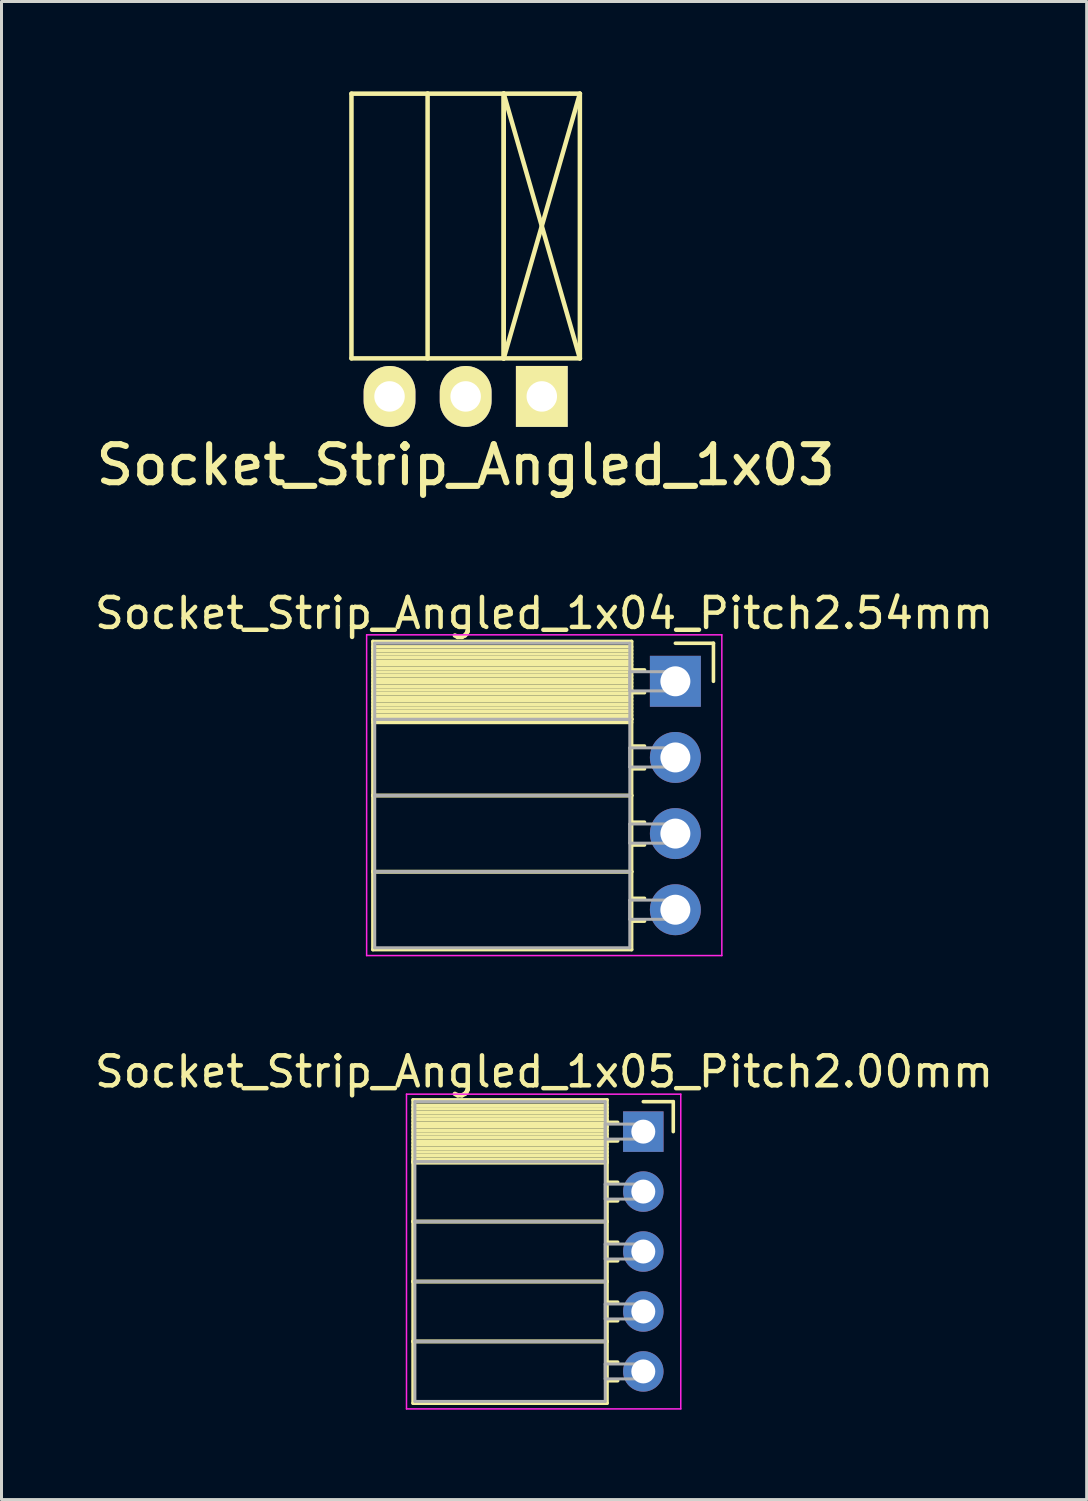
<source format=kicad_pcb>
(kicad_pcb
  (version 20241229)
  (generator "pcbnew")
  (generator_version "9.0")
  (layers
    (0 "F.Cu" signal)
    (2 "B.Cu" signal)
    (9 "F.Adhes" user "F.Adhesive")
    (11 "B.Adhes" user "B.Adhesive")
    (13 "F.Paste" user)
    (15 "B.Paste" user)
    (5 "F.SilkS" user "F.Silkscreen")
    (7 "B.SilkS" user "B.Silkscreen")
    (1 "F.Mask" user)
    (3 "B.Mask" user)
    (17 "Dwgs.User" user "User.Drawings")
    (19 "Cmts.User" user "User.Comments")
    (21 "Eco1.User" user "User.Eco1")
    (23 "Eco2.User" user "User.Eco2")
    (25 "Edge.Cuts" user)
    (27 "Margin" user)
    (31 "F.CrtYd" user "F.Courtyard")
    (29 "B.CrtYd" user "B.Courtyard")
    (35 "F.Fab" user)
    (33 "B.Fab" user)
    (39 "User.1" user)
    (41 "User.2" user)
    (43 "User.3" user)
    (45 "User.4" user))
  (footprint "Socket_Strip_Angled_1x05_Pitch2.00mm"
    (layer "F.Cu")
    (at 18.411 34.702)
    (property "Reference" "Socket_Strip_Angled_1x05_Pitch2.00mm" (at -3.31 -2 0) (layer "F.SilkS") (effects (font (size 1 1) (thickness 0.15))))
    (attr through_hole)
    (fp_line (start -7.68 -1.06) (end -1.21 -1.06) (stroke (width 0.12) (type solid)) (layer "F.SilkS"))
    (fp_line (start -7.68 1) (end -7.68 -1.06) (stroke (width 0.12) (type solid)) (layer "F.SilkS"))
    (fp_line (start -7.68 1) (end -1.21 1) (stroke (width 0.12) (type solid)) (layer "F.SilkS"))
    (fp_line (start -7.68 3) (end -7.68 1) (stroke (width 0.12) (type solid)) (layer "F.SilkS"))
    (fp_line (start -7.68 3) (end -1.21 3) (stroke (width 0.12) (type solid)) (layer "F.SilkS"))
    (fp_line (start -7.68 5) (end -7.68 3) (stroke (width 0.12) (type solid)) (layer "F.SilkS"))
    (fp_line (start -7.68 5) (end -1.21 5) (stroke (width 0.12) (type solid)) (layer "F.SilkS"))
    (fp_line (start -7.68 7) (end -7.68 5) (stroke (width 0.12) (type solid)) (layer "F.SilkS"))
    (fp_line (start -7.68 7) (end -1.21 7) (stroke (width 0.12) (type solid)) (layer "F.SilkS"))
    (fp_line (start -7.68 9.06) (end -7.68 7) (stroke (width 0.12) (type solid)) (layer "F.SilkS"))
    (fp_line (start -1.21 -1.06) (end -1.21 1) (stroke (width 0.12) (type solid)) (layer "F.SilkS"))
    (fp_line (start -1.21 -0.88) (end -7.68 -0.88) (stroke (width 0.12) (type solid)) (layer "F.SilkS"))
    (fp_line (start -1.21 -0.76) (end -7.68 -0.76) (stroke (width 0.12) (type solid)) (layer "F.SilkS"))
    (fp_line (start -1.21 -0.64) (end -7.68 -0.64) (stroke (width 0.12) (type solid)) (layer "F.SilkS"))
    (fp_line (start -1.21 -0.52) (end -7.68 -0.52) (stroke (width 0.12) (type solid)) (layer "F.SilkS"))
    (fp_line (start -1.21 -0.4) (end -7.68 -0.4) (stroke (width 0.12) (type solid)) (layer "F.SilkS"))
    (fp_line (start -1.21 -0.28) (end -7.68 -0.28) (stroke (width 0.12) (type solid)) (layer "F.SilkS"))
    (fp_line (start -1.21 -0.16) (end -7.68 -0.16) (stroke (width 0.12) (type solid)) (layer "F.SilkS"))
    (fp_line (start -1.21 -0.04) (end -7.68 -0.04) (stroke (width 0.12) (type solid)) (layer "F.SilkS"))
    (fp_line (start -1.21 0.08) (end -7.68 0.08) (stroke (width 0.12) (type solid)) (layer "F.SilkS"))
    (fp_line (start -1.21 0.2) (end -7.68 0.2) (stroke (width 0.12) (type solid)) (layer "F.SilkS"))
    (fp_line (start -1.21 0.32) (end -7.68 0.32) (stroke (width 0.12) (type solid)) (layer "F.SilkS"))
    (fp_line (start -1.21 0.44) (end -7.68 0.44) (stroke (width 0.12) (type solid)) (layer "F.SilkS"))
    (fp_line (start -1.21 0.56) (end -7.68 0.56) (stroke (width 0.12) (type solid)) (layer "F.SilkS"))
    (fp_line (start -1.21 0.68) (end -7.68 0.68) (stroke (width 0.12) (type solid)) (layer "F.SilkS"))
    (fp_line (start -1.21 0.8) (end -7.68 0.8) (stroke (width 0.12) (type solid)) (layer "F.SilkS"))
    (fp_line (start -1.21 0.92) (end -7.68 0.92) (stroke (width 0.12) (type solid)) (layer "F.SilkS"))
    (fp_line (start -1.21 1) (end -7.68 1) (stroke (width 0.12) (type solid)) (layer "F.SilkS"))
    (fp_line (start -1.21 1) (end -1.21 3) (stroke (width 0.12) (type solid)) (layer "F.SilkS"))
    (fp_line (start -1.21 1.04) (end -7.68 1.04) (stroke (width 0.12) (type solid)) (layer "F.SilkS"))
    (fp_line (start -1.21 3) (end -7.68 3) (stroke (width 0.12) (type solid)) (layer "F.SilkS"))
    (fp_line (start -1.21 3) (end -1.21 5) (stroke (width 0.12) (type solid)) (layer "F.SilkS"))
    (fp_line (start -1.21 5) (end -7.68 5) (stroke (width 0.12) (type solid)) (layer "F.SilkS"))
    (fp_line (start -1.21 5) (end -1.21 7) (stroke (width 0.12) (type solid)) (layer "F.SilkS"))
    (fp_line (start -1.21 7) (end -7.68 7) (stroke (width 0.12) (type solid)) (layer "F.SilkS"))
    (fp_line (start -1.21 7) (end -1.21 9.06) (stroke (width 0.12) (type solid)) (layer "F.SilkS"))
    (fp_line (start -1.21 9.06) (end -7.68 9.06) (stroke (width 0.12) (type solid)) (layer "F.SilkS"))
    (fp_line (start -0.855 -0.31) (end -1.21 -0.31) (stroke (width 0.12) (type solid)) (layer "F.SilkS"))
    (fp_line (start -0.855 0.31) (end -1.21 0.31) (stroke (width 0.12) (type solid)) (layer "F.SilkS"))
    (fp_line (start -0.855 1.69) (end -1.21 1.69) (stroke (width 0.12) (type solid)) (layer "F.SilkS"))
    (fp_line (start -0.855 2.31) (end -1.21 2.31) (stroke (width 0.12) (type solid)) (layer "F.SilkS"))
    (fp_line (start -0.855 3.69) (end -1.21 3.69) (stroke (width 0.12) (type solid)) (layer "F.SilkS"))
    (fp_line (start -0.855 4.31) (end -1.21 4.31) (stroke (width 0.12) (type solid)) (layer "F.SilkS"))
    (fp_line (start -0.855 5.69) (end -1.21 5.69) (stroke (width 0.12) (type solid)) (layer "F.SilkS"))
    (fp_line (start -0.855 6.31) (end -1.21 6.31) (stroke (width 0.12) (type solid)) (layer "F.SilkS"))
    (fp_line (start -0.855 7.69) (end -1.21 7.69) (stroke (width 0.12) (type solid)) (layer "F.SilkS"))
    (fp_line (start -0.855 8.31) (end -1.21 8.31) (stroke (width 0.12) (type solid)) (layer "F.SilkS"))
    (fp_line (start 0 -1) (end 1 -1) (stroke (width 0.12) (type solid)) (layer "F.SilkS"))
    (fp_line (start 1 -1) (end 1 0) (stroke (width 0.12) (type solid)) (layer "F.SilkS"))
    (fp_line (start -7.9 -1.25) (end 1.25 -1.25) (stroke (width 0.05) (type solid)) (layer "F.CrtYd"))
    (fp_line (start -7.9 9.25) (end -7.9 -1.25) (stroke (width 0.05) (type solid)) (layer "F.CrtYd"))
    (fp_line (start 1.25 -1.25) (end 1.25 9.25) (stroke (width 0.05) (type solid)) (layer "F.CrtYd"))
    (fp_line (start 1.25 9.25) (end -7.9 9.25) (stroke (width 0.05) (type solid)) (layer "F.CrtYd"))
    (fp_line (start -7.62 -1) (end -1.27 -1) (stroke (width 0.1) (type solid)) (layer "F.Fab"))
    (fp_line (start -7.62 1) (end -7.62 -1) (stroke (width 0.1) (type solid)) (layer "F.Fab"))
    (fp_line (start -7.62 1) (end -1.27 1) (stroke (width 0.1) (type solid)) (layer "F.Fab"))
    (fp_line (start -7.62 3) (end -7.62 1) (stroke (width 0.1) (type solid)) (layer "F.Fab"))
    (fp_line (start -7.62 3) (end -1.27 3) (stroke (width 0.1) (type solid)) (layer "F.Fab"))
    (fp_line (start -7.62 5) (end -7.62 3) (stroke (width 0.1) (type solid)) (layer "F.Fab"))
    (fp_line (start -7.62 5) (end -1.27 5) (stroke (width 0.1) (type solid)) (layer "F.Fab"))
    (fp_line (start -7.62 7) (end -7.62 5) (stroke (width 0.1) (type solid)) (layer "F.Fab"))
    (fp_line (start -7.62 7) (end -1.27 7) (stroke (width 0.1) (type solid)) (layer "F.Fab"))
    (fp_line (start -7.62 9) (end -7.62 7) (stroke (width 0.1) (type solid)) (layer "F.Fab"))
    (fp_line (start -1.27 -1) (end -1.27 1) (stroke (width 0.1) (type solid)) (layer "F.Fab"))
    (fp_line (start -1.27 -0.25) (end 0 -0.25) (stroke (width 0.1) (type solid)) (layer "F.Fab"))
    (fp_line (start -1.27 0.25) (end -1.27 -0.25) (stroke (width 0.1) (type solid)) (layer "F.Fab"))
    (fp_line (start -1.27 1) (end -7.62 1) (stroke (width 0.1) (type solid)) (layer "F.Fab"))
    (fp_line (start -1.27 1) (end -1.27 3) (stroke (width 0.1) (type solid)) (layer "F.Fab"))
    (fp_line (start -1.27 1.75) (end 0 1.75) (stroke (width 0.1) (type solid)) (layer "F.Fab"))
    (fp_line (start -1.27 2.25) (end -1.27 1.75) (stroke (width 0.1) (type solid)) (layer "F.Fab"))
    (fp_line (start -1.27 3) (end -7.62 3) (stroke (width 0.1) (type solid)) (layer "F.Fab"))
    (fp_line (start -1.27 3) (end -1.27 5) (stroke (width 0.1) (type solid)) (layer "F.Fab"))
    (fp_line (start -1.27 3.75) (end 0 3.75) (stroke (width 0.1) (type solid)) (layer "F.Fab"))
    (fp_line (start -1.27 4.25) (end -1.27 3.75) (stroke (width 0.1) (type solid)) (layer "F.Fab"))
    (fp_line (start -1.27 5) (end -7.62 5) (stroke (width 0.1) (type solid)) (layer "F.Fab"))
    (fp_line (start -1.27 5) (end -1.27 7) (stroke (width 0.1) (type solid)) (layer "F.Fab"))
    (fp_line (start -1.27 5.75) (end 0 5.75) (stroke (width 0.1) (type solid)) (layer "F.Fab"))
    (fp_line (start -1.27 6.25) (end -1.27 5.75) (stroke (width 0.1) (type solid)) (layer "F.Fab"))
    (fp_line (start -1.27 7) (end -7.62 7) (stroke (width 0.1) (type solid)) (layer "F.Fab"))
    (fp_line (start -1.27 7) (end -1.27 9) (stroke (width 0.1) (type solid)) (layer "F.Fab"))
    (fp_line (start -1.27 7.75) (end 0 7.75) (stroke (width 0.1) (type solid)) (layer "F.Fab"))
    (fp_line (start -1.27 8.25) (end -1.27 7.75) (stroke (width 0.1) (type solid)) (layer "F.Fab"))
    (fp_line (start -1.27 9) (end -7.62 9) (stroke (width 0.1) (type solid)) (layer "F.Fab"))
    (fp_line (start 0 -0.25) (end 0 0.25) (stroke (width 0.1) (type solid)) (layer "F.Fab"))
    (fp_line (start 0 0.25) (end -1.27 0.25) (stroke (width 0.1) (type solid)) (layer "F.Fab"))
    (fp_line (start 0 1.75) (end 0 2.25) (stroke (width 0.1) (type solid)) (layer "F.Fab"))
    (fp_line (start 0 2.25) (end -1.27 2.25) (stroke (width 0.1) (type solid)) (layer "F.Fab"))
    (fp_line (start 0 3.75) (end 0 4.25) (stroke (width 0.1) (type solid)) (layer "F.Fab"))
    (fp_line (start 0 4.25) (end -1.27 4.25) (stroke (width 0.1) (type solid)) (layer "F.Fab"))
    (fp_line (start 0 5.75) (end 0 6.25) (stroke (width 0.1) (type solid)) (layer "F.Fab"))
    (fp_line (start 0 6.25) (end -1.27 6.25) (stroke (width 0.1) (type solid)) (layer "F.Fab"))
    (fp_line (start 0 7.75) (end 0 8.25) (stroke (width 0.1) (type solid)) (layer "F.Fab"))
    (fp_line (start 0 8.25) (end -1.27 8.25) (stroke (width 0.1) (type solid)) (layer "F.Fab"))
    (pad "1" thru_hole rect (at 0 0) (size 1.35 1.35) (drill 0.8) (layers "*.Cu" "*.Mask"))
    (pad "2" thru_hole oval (at 0 2) (size 1.35 1.35) (drill 0.8) (layers "*.Cu" "*.Mask"))
    (pad "3" thru_hole oval (at 0 4) (size 1.35 1.35) (drill 0.8) (layers "*.Cu" "*.Mask"))
    (pad "4" thru_hole oval (at 0 6) (size 1.35 1.35) (drill 0.8) (layers "*.Cu" "*.Mask"))
    (pad "5" thru_hole oval (at 0 8) (size 1.35 1.35) (drill 0.8) (layers "*.Cu" "*.Mask")))
  (footprint "Socket_Strip_Angled_1x04_Pitch2.54mm"
    (layer "F.Cu")
    (at 19.481 19.679)
    (property "Reference" "Socket_Strip_Angled_1x04_Pitch2.54mm" (at -4.38 -2.27 0) (layer "F.SilkS") (effects (font (size 1 1) (thickness 0.15))))
    (attr through_hole)
    (fp_line (start -10.09 -1.33) (end -1.46 -1.33) (stroke (width 0.12) (type solid)) (layer "F.SilkS"))
    (fp_line (start -10.09 1.27) (end -10.09 -1.33) (stroke (width 0.12) (type solid)) (layer "F.SilkS"))
    (fp_line (start -10.09 1.27) (end -1.46 1.27) (stroke (width 0.12) (type solid)) (layer "F.SilkS"))
    (fp_line (start -10.09 3.81) (end -10.09 1.27) (stroke (width 0.12) (type solid)) (layer "F.SilkS"))
    (fp_line (start -10.09 3.81) (end -1.46 3.81) (stroke (width 0.12) (type solid)) (layer "F.SilkS"))
    (fp_line (start -10.09 6.35) (end -10.09 3.81) (stroke (width 0.12) (type solid)) (layer "F.SilkS"))
    (fp_line (start -10.09 6.35) (end -1.46 6.35) (stroke (width 0.12) (type solid)) (layer "F.SilkS"))
    (fp_line (start -10.09 8.95) (end -10.09 6.35) (stroke (width 0.12) (type solid)) (layer "F.SilkS"))
    (fp_line (start -1.46 -1.33) (end -1.46 1.27) (stroke (width 0.12) (type solid)) (layer "F.SilkS"))
    (fp_line (start -1.46 -1.15) (end -10.09 -1.15) (stroke (width 0.12) (type solid)) (layer "F.SilkS"))
    (fp_line (start -1.46 -1.03) (end -10.09 -1.03) (stroke (width 0.12) (type solid)) (layer "F.SilkS"))
    (fp_line (start -1.46 -0.91) (end -10.09 -0.91) (stroke (width 0.12) (type solid)) (layer "F.SilkS"))
    (fp_line (start -1.46 -0.79) (end -10.09 -0.79) (stroke (width 0.12) (type solid)) (layer "F.SilkS"))
    (fp_line (start -1.46 -0.67) (end -10.09 -0.67) (stroke (width 0.12) (type solid)) (layer "F.SilkS"))
    (fp_line (start -1.46 -0.55) (end -10.09 -0.55) (stroke (width 0.12) (type solid)) (layer "F.SilkS"))
    (fp_line (start -1.46 -0.43) (end -10.09 -0.43) (stroke (width 0.12) (type solid)) (layer "F.SilkS"))
    (fp_line (start -1.46 -0.31) (end -10.09 -0.31) (stroke (width 0.12) (type solid)) (layer "F.SilkS"))
    (fp_line (start -1.46 -0.19) (end -10.09 -0.19) (stroke (width 0.12) (type solid)) (layer "F.SilkS"))
    (fp_line (start -1.46 -0.07) (end -10.09 -0.07) (stroke (width 0.12) (type solid)) (layer "F.SilkS"))
    (fp_line (start -1.46 0.05) (end -10.09 0.05) (stroke (width 0.12) (type solid)) (layer "F.SilkS"))
    (fp_line (start -1.46 0.17) (end -10.09 0.17) (stroke (width 0.12) (type solid)) (layer "F.SilkS"))
    (fp_line (start -1.46 0.29) (end -10.09 0.29) (stroke (width 0.12) (type solid)) (layer "F.SilkS"))
    (fp_line (start -1.46 0.41) (end -10.09 0.41) (stroke (width 0.12) (type solid)) (layer "F.SilkS"))
    (fp_line (start -1.46 0.53) (end -10.09 0.53) (stroke (width 0.12) (type solid)) (layer "F.SilkS"))
    (fp_line (start -1.46 0.65) (end -10.09 0.65) (stroke (width 0.12) (type solid)) (layer "F.SilkS"))
    (fp_line (start -1.46 0.77) (end -10.09 0.77) (stroke (width 0.12) (type solid)) (layer "F.SilkS"))
    (fp_line (start -1.46 0.89) (end -10.09 0.89) (stroke (width 0.12) (type solid)) (layer "F.SilkS"))
    (fp_line (start -1.46 1.01) (end -10.09 1.01) (stroke (width 0.12) (type solid)) (layer "F.SilkS"))
    (fp_line (start -1.46 1.13) (end -10.09 1.13) (stroke (width 0.12) (type solid)) (layer "F.SilkS"))
    (fp_line (start -1.46 1.25) (end -10.09 1.25) (stroke (width 0.12) (type solid)) (layer "F.SilkS"))
    (fp_line (start -1.46 1.27) (end -10.09 1.27) (stroke (width 0.12) (type solid)) (layer "F.SilkS"))
    (fp_line (start -1.46 1.27) (end -1.46 3.81) (stroke (width 0.12) (type solid)) (layer "F.SilkS"))
    (fp_line (start -1.46 1.37) (end -10.09 1.37) (stroke (width 0.12) (type solid)) (layer "F.SilkS"))
    (fp_line (start -1.46 3.81) (end -10.09 3.81) (stroke (width 0.12) (type solid)) (layer "F.SilkS"))
    (fp_line (start -1.46 3.81) (end -1.46 6.35) (stroke (width 0.12) (type solid)) (layer "F.SilkS"))
    (fp_line (start -1.46 6.35) (end -10.09 6.35) (stroke (width 0.12) (type solid)) (layer "F.SilkS"))
    (fp_line (start -1.46 6.35) (end -1.46 8.95) (stroke (width 0.12) (type solid)) (layer "F.SilkS"))
    (fp_line (start -1.46 8.95) (end -10.09 8.95) (stroke (width 0.12) (type solid)) (layer "F.SilkS"))
    (fp_line (start -1.03 -0.38) (end -1.46 -0.38) (stroke (width 0.12) (type solid)) (layer "F.SilkS"))
    (fp_line (start -1.03 0.38) (end -1.46 0.38) (stroke (width 0.12) (type solid)) (layer "F.SilkS"))
    (fp_line (start -1.03 2.16) (end -1.46 2.16) (stroke (width 0.12) (type solid)) (layer "F.SilkS"))
    (fp_line (start -1.03 2.92) (end -1.46 2.92) (stroke (width 0.12) (type solid)) (layer "F.SilkS"))
    (fp_line (start -1.03 4.7) (end -1.46 4.7) (stroke (width 0.12) (type solid)) (layer "F.SilkS"))
    (fp_line (start -1.03 5.46) (end -1.46 5.46) (stroke (width 0.12) (type solid)) (layer "F.SilkS"))
    (fp_line (start -1.03 7.24) (end -1.46 7.24) (stroke (width 0.12) (type solid)) (layer "F.SilkS"))
    (fp_line (start -1.03 8) (end -1.46 8) (stroke (width 0.12) (type solid)) (layer "F.SilkS"))
    (fp_line (start 0 -1.27) (end 1.27 -1.27) (stroke (width 0.12) (type solid)) (layer "F.SilkS"))
    (fp_line (start 1.27 -1.27) (end 1.27 0) (stroke (width 0.12) (type solid)) (layer "F.SilkS"))
    (fp_line (start -10.3 -1.55) (end 1.55 -1.55) (stroke (width 0.05) (type solid)) (layer "F.CrtYd"))
    (fp_line (start -10.3 9.15) (end -10.3 -1.55) (stroke (width 0.05) (type solid)) (layer "F.CrtYd"))
    (fp_line (start 1.55 -1.55) (end 1.55 9.15) (stroke (width 0.05) (type solid)) (layer "F.CrtYd"))
    (fp_line (start 1.55 9.15) (end -10.3 9.15) (stroke (width 0.05) (type solid)) (layer "F.CrtYd"))
    (fp_line (start -10.03 -1.27) (end -1.52 -1.27) (stroke (width 0.1) (type solid)) (layer "F.Fab"))
    (fp_line (start -10.03 1.27) (end -10.03 -1.27) (stroke (width 0.1) (type solid)) (layer "F.Fab"))
    (fp_line (start -10.03 1.27) (end -1.52 1.27) (stroke (width 0.1) (type solid)) (layer "F.Fab"))
    (fp_line (start -10.03 3.81) (end -10.03 1.27) (stroke (width 0.1) (type solid)) (layer "F.Fab"))
    (fp_line (start -10.03 3.81) (end -1.52 3.81) (stroke (width 0.1) (type solid)) (layer "F.Fab"))
    (fp_line (start -10.03 6.35) (end -10.03 3.81) (stroke (width 0.1) (type solid)) (layer "F.Fab"))
    (fp_line (start -10.03 6.35) (end -1.52 6.35) (stroke (width 0.1) (type solid)) (layer "F.Fab"))
    (fp_line (start -10.03 8.89) (end -10.03 6.35) (stroke (width 0.1) (type solid)) (layer "F.Fab"))
    (fp_line (start -1.52 -1.27) (end -1.52 1.27) (stroke (width 0.1) (type solid)) (layer "F.Fab"))
    (fp_line (start -1.52 -0.32) (end 0 -0.32) (stroke (width 0.1) (type solid)) (layer "F.Fab"))
    (fp_line (start -1.52 0.32) (end -1.52 -0.32) (stroke (width 0.1) (type solid)) (layer "F.Fab"))
    (fp_line (start -1.52 1.27) (end -10.03 1.27) (stroke (width 0.1) (type solid)) (layer "F.Fab"))
    (fp_line (start -1.52 1.27) (end -1.52 3.81) (stroke (width 0.1) (type solid)) (layer "F.Fab"))
    (fp_line (start -1.52 2.22) (end 0 2.22) (stroke (width 0.1) (type solid)) (layer "F.Fab"))
    (fp_line (start -1.52 2.86) (end -1.52 2.22) (stroke (width 0.1) (type solid)) (layer "F.Fab"))
    (fp_line (start -1.52 3.81) (end -10.03 3.81) (stroke (width 0.1) (type solid)) (layer "F.Fab"))
    (fp_line (start -1.52 3.81) (end -1.52 6.35) (stroke (width 0.1) (type solid)) (layer "F.Fab"))
    (fp_line (start -1.52 4.76) (end 0 4.76) (stroke (width 0.1) (type solid)) (layer "F.Fab"))
    (fp_line (start -1.52 5.4) (end -1.52 4.76) (stroke (width 0.1) (type solid)) (layer "F.Fab"))
    (fp_line (start -1.52 6.35) (end -10.03 6.35) (stroke (width 0.1) (type solid)) (layer "F.Fab"))
    (fp_line (start -1.52 6.35) (end -1.52 8.89) (stroke (width 0.1) (type solid)) (layer "F.Fab"))
    (fp_line (start -1.52 7.3) (end 0 7.3) (stroke (width 0.1) (type solid)) (layer "F.Fab"))
    (fp_line (start -1.52 7.94) (end -1.52 7.3) (stroke (width 0.1) (type solid)) (layer "F.Fab"))
    (fp_line (start -1.52 8.89) (end -10.03 8.89) (stroke (width 0.1) (type solid)) (layer "F.Fab"))
    (fp_line (start 0 -0.32) (end 0 0.32) (stroke (width 0.1) (type solid)) (layer "F.Fab"))
    (fp_line (start 0 0.32) (end -1.52 0.32) (stroke (width 0.1) (type solid)) (layer "F.Fab"))
    (fp_line (start 0 2.22) (end 0 2.86) (stroke (width 0.1) (type solid)) (layer "F.Fab"))
    (fp_line (start 0 2.86) (end -1.52 2.86) (stroke (width 0.1) (type solid)) (layer "F.Fab"))
    (fp_line (start 0 4.76) (end 0 5.4) (stroke (width 0.1) (type solid)) (layer "F.Fab"))
    (fp_line (start 0 5.4) (end -1.52 5.4) (stroke (width 0.1) (type solid)) (layer "F.Fab"))
    (fp_line (start 0 7.3) (end 0 7.94) (stroke (width 0.1) (type solid)) (layer "F.Fab"))
    (fp_line (start 0 7.94) (end -1.52 7.94) (stroke (width 0.1) (type solid)) (layer "F.Fab"))
    (pad "1" thru_hole rect (at 0 0) (size 1.7 1.7) (drill 1) (layers "*.Cu" "*.Mask"))
    (pad "2" thru_hole oval (at 0 2.54) (size 1.7 1.7) (drill 1) (layers "*.Cu" "*.Mask"))
    (pad "3" thru_hole oval (at 0 5.08) (size 1.7 1.7) (drill 1) (layers "*.Cu" "*.Mask"))
    (pad "4" thru_hole oval (at 0 7.62) (size 1.7 1.7) (drill 1) (layers "*.Cu" "*.Mask")))
  (footprint "Socket_Strip_Angled_1x03"
    (layer "F.Cu")
    (at 12.485 10.175)
    (property "Reference" "Socket_Strip_Angled_1x03" (at 0 2.286 0) (layer "F.SilkS") (effects (font (size 1.27 1.27) (thickness 0.203))))
    (attr through_hole)
    (fp_line (start -3.81 -10.1) (end -3.81 -1.27) (stroke (width 0.15) (type solid)) (layer "F.SilkS"))
    (fp_line (start -1.27 -10.1) (end -3.81 -10.1) (stroke (width 0.15) (type solid)) (layer "F.SilkS"))
    (fp_line (start -1.27 -10.1) (end -1.27 -1.27) (stroke (width 0.15) (type solid)) (layer "F.SilkS"))
    (fp_line (start -1.27 -1.27) (end -3.81 -1.27) (stroke (width 0.15) (type solid)) (layer "F.SilkS"))
    (fp_line (start 1.27 -10.1) (end -1.27 -10.1) (stroke (width 0.15) (type solid)) (layer "F.SilkS"))
    (fp_line (start 1.27 -10.1) (end 1.27 -1.27) (stroke (width 0.15) (type solid)) (layer "F.SilkS"))
    (fp_line (start 1.27 -1.27) (end -1.27 -1.27) (stroke (width 0.15) (type solid)) (layer "F.SilkS"))
    (fp_line (start 1.27 -1.27) (end 1.27 -10.1) (stroke (width 0.15) (type solid)) (layer "F.SilkS"))
    (fp_line (start 3.81 -10.1) (end 1.27 -10.1) (stroke (width 0.15) (type solid)) (layer "F.SilkS"))
    (fp_line (start 3.81 -10.1) (end 1.27 -1.27) (stroke (width 0.15) (type solid)) (layer "F.SilkS"))
    (fp_line (start 3.81 -1.27) (end 1.27 -10.1) (stroke (width 0.15) (type solid)) (layer "F.SilkS"))
    (fp_line (start 3.81 -1.27) (end 1.27 -1.27) (stroke (width 0.15) (type solid)) (layer "F.SilkS"))
    (fp_line (start 3.81 -1.27) (end 3.81 -10.1) (stroke (width 0.15) (type solid)) (layer "F.SilkS"))
    (pad "1" thru_hole rect (at 2.54 0 180) (size 1.727 2.032) (drill 1.016) (layers "*.Cu" "*.Mask" "F.SilkS"))
    (pad "2" thru_hole oval (at 0 0 180) (size 1.727 2.032) (drill 1.016) (layers "*.Cu" "*.Mask" "F.SilkS"))
    (pad "3" thru_hole oval (at -2.54 0 180) (size 1.727 2.032) (drill 1.016) (layers "*.Cu" "*.Mask" "F.SilkS")))
  (gr_rect
    (start -3 -3)
    (end 33.202 46.977)
    (stroke (width 0.1) (type default))
    (fill no)
    (layer "Edge.Cuts")))
</source>
